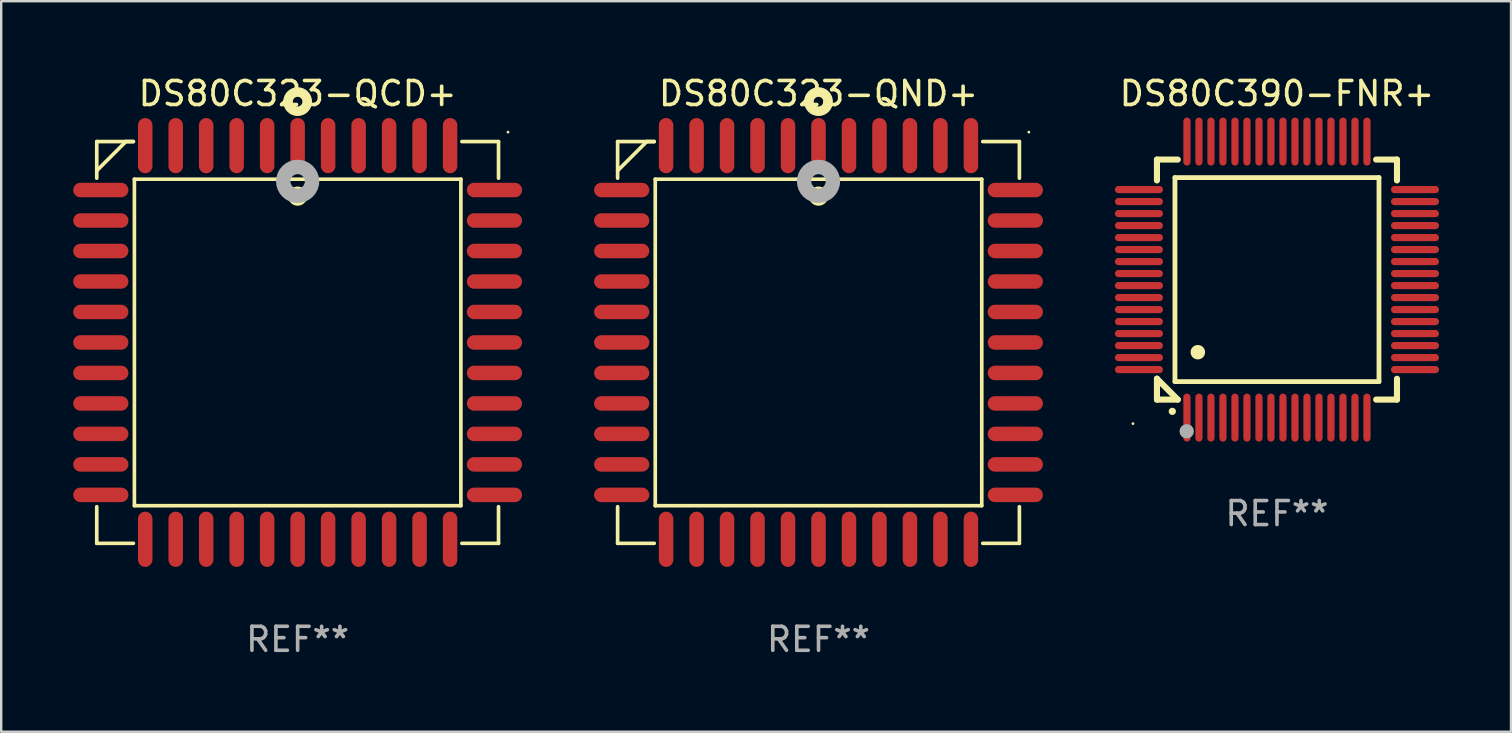
<source format=kicad_pcb>
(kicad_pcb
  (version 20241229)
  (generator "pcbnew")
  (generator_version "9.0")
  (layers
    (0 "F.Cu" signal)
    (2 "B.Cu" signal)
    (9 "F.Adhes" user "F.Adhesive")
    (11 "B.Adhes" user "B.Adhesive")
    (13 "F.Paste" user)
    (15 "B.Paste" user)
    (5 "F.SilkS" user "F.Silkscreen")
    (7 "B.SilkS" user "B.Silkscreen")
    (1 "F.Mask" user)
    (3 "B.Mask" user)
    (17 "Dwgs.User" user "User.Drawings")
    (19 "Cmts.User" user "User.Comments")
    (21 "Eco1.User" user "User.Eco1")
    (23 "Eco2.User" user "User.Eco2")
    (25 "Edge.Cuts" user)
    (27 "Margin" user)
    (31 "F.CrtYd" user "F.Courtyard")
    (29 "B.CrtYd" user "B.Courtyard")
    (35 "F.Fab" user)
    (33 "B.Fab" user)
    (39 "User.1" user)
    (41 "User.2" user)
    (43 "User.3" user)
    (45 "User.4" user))
  (footprint "DS80C390-FNR+"
    (layer "F.Cu")
    (at 50.15 8.598)
    (property "Reference" "DS80C390-FNR+" (at 0 -7.75 0) (layer "F.SilkS") (effects (font (size 1 1) (thickness 0.15))))
    (attr through_hole)
    (fp_line (start -5 -5) (end -4.131 -5) (stroke (width 0.254) (type solid)) (layer "F.SilkS"))
    (fp_line (start -5 -4.131) (end -5 -5) (stroke (width 0.254) (type solid)) (layer "F.SilkS"))
    (fp_line (start -5 4.131) (end -5 4.131) (stroke (width 0.254) (type solid)) (layer "F.SilkS"))
    (fp_line (start -5 5) (end -5 4.131) (stroke (width 0.254) (type solid)) (layer "F.SilkS"))
    (fp_line (start -5 4.131) (end -4.131 5) (stroke (width 0.254) (type solid)) (layer "F.SilkS"))
    (fp_line (start -4.25 -4.25) (end -4.25 4.25) (stroke (width 0.2) (type solid)) (layer "F.SilkS"))
    (fp_line (start -4.25 4.25) (end 4.25 4.25) (stroke (width 0.2) (type solid)) (layer "F.SilkS"))
    (fp_line (start -4.131 5) (end -5 5) (stroke (width 0.254) (type solid)) (layer "F.SilkS"))
    (fp_line (start 4.25 -4.25) (end -4.25 -4.25) (stroke (width 0.2) (type solid)) (layer "F.SilkS"))
    (fp_line (start 4.25 4.25) (end 4.25 -4.25) (stroke (width 0.2) (type solid)) (layer "F.SilkS"))
    (fp_line (start 5 -5) (end 4.131 -5) (stroke (width 0.254) (type solid)) (layer "F.SilkS"))
    (fp_line (start 5 -5) (end 5 -4.131) (stroke (width 0.254) (type solid)) (layer "F.SilkS"))
    (fp_line (start 5 4.131) (end 5 5) (stroke (width 0.254) (type solid)) (layer "F.SilkS"))
    (fp_line (start 5 5) (end 4.131 5) (stroke (width 0.254) (type solid)) (layer "F.SilkS"))
    (fp_arc (start -4.361265 5.489992) (mid -4.359995 5.489987) (end -4.358725 5.489992) (stroke (width 0.3) (type solid)) (layer "F.SilkS"))
    (fp_arc (start -3.299467 3.025146) (mid -3.296927 3.025135) (end -3.294387 3.025146) (stroke (width 0.6) (type solid)) (layer "F.SilkS"))
    (fp_circle (center -6 6) (end -5.97 6) (stroke (width 0.06) (type solid)) (fill no) (layer "F.SilkS"))
    (fp_circle (center -3.76 6.32) (end -3.61 6.32) (stroke (width 0.3) (type solid)) (fill no) (layer "F.Fab"))
    (fp_text user "REF**" (at 0 9.75 0) (layer "F.Fab") (effects (font (size 1 1) (thickness 0.15))))
    (pad "1" smd oval (at -3.75 5.75) (size 0.3 2) (layers "F.Cu" "F.Mask" "F.Paste"))
    (pad "2" smd oval (at -3.25 5.75) (size 0.3 2) (layers "F.Cu" "F.Mask" "F.Paste"))
    (pad "3" smd oval (at -2.75 5.75) (size 0.3 2) (layers "F.Cu" "F.Mask" "F.Paste"))
    (pad "4" smd oval (at -2.25 5.75) (size 0.3 2) (layers "F.Cu" "F.Mask" "F.Paste"))
    (pad "5" smd oval (at -1.75 5.75) (size 0.3 2) (layers "F.Cu" "F.Mask" "F.Paste"))
    (pad "6" smd oval (at -1.25 5.75) (size 0.3 2) (layers "F.Cu" "F.Mask" "F.Paste"))
    (pad "7" smd oval (at -0.75 5.75) (size 0.3 2) (layers "F.Cu" "F.Mask" "F.Paste"))
    (pad "8" smd oval (at -0.25 5.75) (size 0.3 2) (layers "F.Cu" "F.Mask" "F.Paste"))
    (pad "9" smd oval (at 0.25 5.75) (size 0.3 2) (layers "F.Cu" "F.Mask" "F.Paste"))
    (pad "10" smd oval (at 0.75 5.75) (size 0.3 2) (layers "F.Cu" "F.Mask" "F.Paste"))
    (pad "11" smd oval (at 1.25 5.75) (size 0.3 2) (layers "F.Cu" "F.Mask" "F.Paste"))
    (pad "12" smd oval (at 1.75 5.75) (size 0.3 2) (layers "F.Cu" "F.Mask" "F.Paste"))
    (pad "13" smd oval (at 2.25 5.75) (size 0.3 2) (layers "F.Cu" "F.Mask" "F.Paste"))
    (pad "14" smd oval (at 2.75 5.75) (size 0.3 2) (layers "F.Cu" "F.Mask" "F.Paste"))
    (pad "15" smd oval (at 3.25 5.75) (size 0.3 2) (layers "F.Cu" "F.Mask" "F.Paste"))
    (pad "16" smd oval (at 3.75 5.75) (size 0.3 2) (layers "F.Cu" "F.Mask" "F.Paste"))
    (pad "17" smd oval (at 5.75 3.75) (size 2 0.3) (layers "F.Cu" "F.Mask" "F.Paste"))
    (pad "18" smd oval (at 5.75 3.25) (size 2 0.3) (layers "F.Cu" "F.Mask" "F.Paste"))
    (pad "19" smd oval (at 5.75 2.75) (size 2 0.3) (layers "F.Cu" "F.Mask" "F.Paste"))
    (pad "20" smd oval (at 5.75 2.25) (size 2 0.3) (layers "F.Cu" "F.Mask" "F.Paste"))
    (pad "21" smd oval (at 5.75 1.75) (size 2 0.3) (layers "F.Cu" "F.Mask" "F.Paste"))
    (pad "22" smd oval (at 5.75 1.25) (size 2 0.3) (layers "F.Cu" "F.Mask" "F.Paste"))
    (pad "23" smd oval (at 5.75 0.75) (size 2 0.3) (layers "F.Cu" "F.Mask" "F.Paste"))
    (pad "24" smd oval (at 5.75 0.25) (size 2 0.3) (layers "F.Cu" "F.Mask" "F.Paste"))
    (pad "25" smd oval (at 5.75 -0.25) (size 2 0.3) (layers "F.Cu" "F.Mask" "F.Paste"))
    (pad "26" smd oval (at 5.75 -0.75) (size 2 0.3) (layers "F.Cu" "F.Mask" "F.Paste"))
    (pad "27" smd oval (at 5.75 -1.25) (size 2 0.3) (layers "F.Cu" "F.Mask" "F.Paste"))
    (pad "28" smd oval (at 5.75 -1.75) (size 2 0.3) (layers "F.Cu" "F.Mask" "F.Paste"))
    (pad "29" smd oval (at 5.75 -2.25) (size 2 0.3) (layers "F.Cu" "F.Mask" "F.Paste"))
    (pad "30" smd oval (at 5.75 -2.75) (size 2 0.3) (layers "F.Cu" "F.Mask" "F.Paste"))
    (pad "31" smd oval (at 5.75 -3.25) (size 2 0.3) (layers "F.Cu" "F.Mask" "F.Paste"))
    (pad "32" smd oval (at 5.75 -3.75) (size 2 0.3) (layers "F.Cu" "F.Mask" "F.Paste"))
    (pad "33" smd oval (at 3.75 -5.75) (size 0.3 2) (layers "F.Cu" "F.Mask" "F.Paste"))
    (pad "34" smd oval (at 3.25 -5.75) (size 0.3 2) (layers "F.Cu" "F.Mask" "F.Paste"))
    (pad "35" smd oval (at 2.75 -5.75) (size 0.3 2) (layers "F.Cu" "F.Mask" "F.Paste"))
    (pad "36" smd oval (at 2.25 -5.75) (size 0.3 2) (layers "F.Cu" "F.Mask" "F.Paste"))
    (pad "37" smd oval (at 1.75 -5.75) (size 0.3 2) (layers "F.Cu" "F.Mask" "F.Paste"))
    (pad "38" smd oval (at 1.25 -5.75) (size 0.3 2) (layers "F.Cu" "F.Mask" "F.Paste"))
    (pad "39" smd oval (at 0.75 -5.75) (size 0.3 2) (layers "F.Cu" "F.Mask" "F.Paste"))
    (pad "40" smd oval (at 0.25 -5.75) (size 0.3 2) (layers "F.Cu" "F.Mask" "F.Paste"))
    (pad "41" smd oval (at -0.25 -5.75) (size 0.3 2) (layers "F.Cu" "F.Mask" "F.Paste"))
    (pad "42" smd oval (at -0.75 -5.75) (size 0.3 2) (layers "F.Cu" "F.Mask" "F.Paste"))
    (pad "43" smd oval (at -1.25 -5.75) (size 0.3 2) (layers "F.Cu" "F.Mask" "F.Paste"))
    (pad "44" smd oval (at -1.75 -5.75) (size 0.3 2) (layers "F.Cu" "F.Mask" "F.Paste"))
    (pad "45" smd oval (at -2.25 -5.75) (size 0.3 2) (layers "F.Cu" "F.Mask" "F.Paste"))
    (pad "46" smd oval (at -2.75 -5.75) (size 0.3 2) (layers "F.Cu" "F.Mask" "F.Paste"))
    (pad "47" smd oval (at -3.25 -5.75) (size 0.3 2) (layers "F.Cu" "F.Mask" "F.Paste"))
    (pad "48" smd oval (at -3.75 -5.75) (size 0.3 2) (layers "F.Cu" "F.Mask" "F.Paste"))
    (pad "49" smd oval (at -5.75 -3.75) (size 2 0.3) (layers "F.Cu" "F.Mask" "F.Paste"))
    (pad "50" smd oval (at -5.75 -3.25) (size 2 0.3) (layers "F.Cu" "F.Mask" "F.Paste"))
    (pad "51" smd oval (at -5.75 -2.75) (size 2 0.3) (layers "F.Cu" "F.Mask" "F.Paste"))
    (pad "52" smd oval (at -5.75 -2.25) (size 2 0.3) (layers "F.Cu" "F.Mask" "F.Paste"))
    (pad "53" smd oval (at -5.75 -1.75) (size 2 0.3) (layers "F.Cu" "F.Mask" "F.Paste"))
    (pad "54" smd oval (at -5.75 -1.25) (size 2 0.3) (layers "F.Cu" "F.Mask" "F.Paste"))
    (pad "55" smd oval (at -5.75 -0.75) (size 2 0.3) (layers "F.Cu" "F.Mask" "F.Paste"))
    (pad "56" smd oval (at -5.75 -0.25) (size 2 0.3) (layers "F.Cu" "F.Mask" "F.Paste"))
    (pad "57" smd oval (at -5.75 0.25) (size 2 0.3) (layers "F.Cu" "F.Mask" "F.Paste"))
    (pad "58" smd oval (at -5.75 0.75) (size 2 0.3) (layers "F.Cu" "F.Mask" "F.Paste"))
    (pad "59" smd oval (at -5.75 1.25) (size 2 0.3) (layers "F.Cu" "F.Mask" "F.Paste"))
    (pad "60" smd oval (at -5.75 1.75) (size 2 0.3) (layers "F.Cu" "F.Mask" "F.Paste"))
    (pad "61" smd oval (at -5.75 2.25) (size 2 0.3) (layers "F.Cu" "F.Mask" "F.Paste"))
    (pad "62" smd oval (at -5.75 2.75) (size 2 0.3) (layers "F.Cu" "F.Mask" "F.Paste"))
    (pad "63" smd oval (at -5.75 3.25) (size 2 0.3) (layers "F.Cu" "F.Mask" "F.Paste"))
    (pad "64" smd oval (at -5.75 3.75) (size 2 0.3) (layers "F.Cu" "F.Mask" "F.Paste")))
  (footprint "DS80C323-QND+"
    (layer "F.Cu")
    (at 31.05 11.217)
    (property "Reference" "DS80C323-QND+" (at 0 -10.369 0) (layer "F.SilkS") (effects (font (size 1 1) (thickness 0.15))))
    (attr through_hole)
    (fp_line (start -8.369 -8.369) (end -8.369 -6.843) (stroke (width 0.152) (type solid)) (layer "F.SilkS"))
    (fp_line (start -8.369 8.369) (end -8.369 6.843) (stroke (width 0.152) (type solid)) (layer "F.SilkS"))
    (fp_line (start -7.156 -8.369) (end -8.369 -7.156) (stroke (width 0.152) (type solid)) (layer "F.SilkS"))
    (fp_line (start -6.843 -8.369) (end -8.369 -8.369) (stroke (width 0.152) (type solid)) (layer "F.SilkS"))
    (fp_line (start -6.843 -8.369) (end -7.156 -8.369) (stroke (width 0.152) (type solid)) (layer "F.SilkS"))
    (fp_line (start -6.843 8.369) (end -8.369 8.369) (stroke (width 0.152) (type solid)) (layer "F.SilkS"))
    (fp_line (start -6.801 -6.801) (end 6.801 -6.801) (stroke (width 0.152) (type solid)) (layer "F.SilkS"))
    (fp_line (start -6.801 6.801) (end -6.801 -6.801) (stroke (width 0.152) (type solid)) (layer "F.SilkS"))
    (fp_line (start 6.801 -6.801) (end 6.801 6.801) (stroke (width 0.152) (type solid)) (layer "F.SilkS"))
    (fp_line (start 6.801 6.801) (end -6.801 6.801) (stroke (width 0.152) (type solid)) (layer "F.SilkS"))
    (fp_line (start 6.843 -8.369) (end 8.369 -8.369) (stroke (width 0.152) (type solid)) (layer "F.SilkS"))
    (fp_line (start 6.843 8.369) (end 8.369 8.369) (stroke (width 0.152) (type solid)) (layer "F.SilkS"))
    (fp_line (start 8.369 -8.369) (end 8.369 -6.843) (stroke (width 0.152) (type solid)) (layer "F.SilkS"))
    (fp_line (start 8.369 8.369) (end 8.369 6.843) (stroke (width 0.152) (type solid)) (layer "F.SilkS"))
    (fp_circle (center -0.000013 -6.096) (end 0.2 -6.096) (stroke (width 0.4) (type solid)) (fill no) (layer "F.SilkS"))
    (fp_circle (center 0.000114 -10.033) (end 0.2 -10.033) (stroke (width 0.4) (type solid)) (fill no) (layer "F.SilkS"))
    (fp_circle (center 8.763 -8.763) (end 8.793 -8.763) (stroke (width 0.06) (type solid)) (fill no) (layer "F.SilkS"))
    (fp_circle (center 0.000114 -6.712) (end 0.3 -6.712) (stroke (width 0.6) (type solid)) (fill no) (layer "F.Fab"))
    (fp_text user "REF**" (at 0 12.369 0) (layer "F.Fab") (effects (font (size 1 1) (thickness 0.15))))
    (pad "1" smd oval (at 0.000114 -8.2) (size 0.604 2.3) (layers "F.Cu" "F.Mask" "F.Paste"))
    (pad "2" smd oval (at -1.27 -8.2) (size 0.604 2.3) (layers "F.Cu" "F.Mask" "F.Paste"))
    (pad "3" smd oval (at -2.54 -8.2) (size 0.604 2.3) (layers "F.Cu" "F.Mask" "F.Paste"))
    (pad "4" smd oval (at -3.81 -8.2) (size 0.604 2.3) (layers "F.Cu" "F.Mask" "F.Paste"))
    (pad "5" smd oval (at -5.08 -8.2) (size 0.604 2.3) (layers "F.Cu" "F.Mask" "F.Paste"))
    (pad "6" smd oval (at -6.35 -8.2) (size 0.604 2.3) (layers "F.Cu" "F.Mask" "F.Paste"))
    (pad "7" smd oval (at -8.2 -6.35) (size 2.3 0.604) (layers "F.Cu" "F.Mask" "F.Paste"))
    (pad "8" smd oval (at -8.2 -5.08) (size 2.3 0.604) (layers "F.Cu" "F.Mask" "F.Paste"))
    (pad "9" smd oval (at -8.2 -3.81) (size 2.3 0.604) (layers "F.Cu" "F.Mask" "F.Paste"))
    (pad "10" smd oval (at -8.2 -2.54) (size 2.3 0.604) (layers "F.Cu" "F.Mask" "F.Paste"))
    (pad "11" smd oval (at -8.2 -1.27) (size 2.3 0.604) (layers "F.Cu" "F.Mask" "F.Paste"))
    (pad "12" smd oval (at -8.2 0.000127) (size 2.3 0.604) (layers "F.Cu" "F.Mask" "F.Paste"))
    (pad "13" smd oval (at -8.2 1.27) (size 2.3 0.604) (layers "F.Cu" "F.Mask" "F.Paste"))
    (pad "14" smd oval (at -8.2 2.54) (size 2.3 0.604) (layers "F.Cu" "F.Mask" "F.Paste"))
    (pad "15" smd oval (at -8.2 3.81) (size 2.3 0.604) (layers "F.Cu" "F.Mask" "F.Paste"))
    (pad "16" smd oval (at -8.2 5.08) (size 2.3 0.604) (layers "F.Cu" "F.Mask" "F.Paste"))
    (pad "17" smd oval (at -8.2 6.35) (size 2.3 0.604) (layers "F.Cu" "F.Mask" "F.Paste"))
    (pad "18" smd oval (at -6.35 8.2) (size 0.604 2.3) (layers "F.Cu" "F.Mask" "F.Paste"))
    (pad "19" smd oval (at -5.08 8.2) (size 0.604 2.3) (layers "F.Cu" "F.Mask" "F.Paste"))
    (pad "20" smd oval (at -3.81 8.2) (size 0.604 2.3) (layers "F.Cu" "F.Mask" "F.Paste"))
    (pad "21" smd oval (at -2.54 8.2) (size 0.604 2.3) (layers "F.Cu" "F.Mask" "F.Paste"))
    (pad "22" smd oval (at -1.27 8.2) (size 0.604 2.3) (layers "F.Cu" "F.Mask" "F.Paste"))
    (pad "23" smd oval (at 0.000114 8.2) (size 0.604 2.3) (layers "F.Cu" "F.Mask" "F.Paste"))
    (pad "24" smd oval (at 1.27 8.2) (size 0.604 2.3) (layers "F.Cu" "F.Mask" "F.Paste"))
    (pad "25" smd oval (at 2.54 8.2) (size 0.604 2.3) (layers "F.Cu" "F.Mask" "F.Paste"))
    (pad "26" smd oval (at 3.81 8.2) (size 0.604 2.3) (layers "F.Cu" "F.Mask" "F.Paste"))
    (pad "27" smd oval (at 5.08 8.2) (size 0.604 2.3) (layers "F.Cu" "F.Mask" "F.Paste"))
    (pad "28" smd oval (at 6.35 8.2) (size 0.604 2.3) (layers "F.Cu" "F.Mask" "F.Paste"))
    (pad "29" smd oval (at 8.2 6.35) (size 2.3 0.604) (layers "F.Cu" "F.Mask" "F.Paste"))
    (pad "30" smd oval (at 8.2 5.08) (size 2.3 0.604) (layers "F.Cu" "F.Mask" "F.Paste"))
    (pad "31" smd oval (at 8.2 3.81) (size 2.3 0.604) (layers "F.Cu" "F.Mask" "F.Paste"))
    (pad "32" smd oval (at 8.2 2.54) (size 2.3 0.604) (layers "F.Cu" "F.Mask" "F.Paste"))
    (pad "33" smd oval (at 8.2 1.27) (size 2.3 0.604) (layers "F.Cu" "F.Mask" "F.Paste"))
    (pad "34" smd oval (at 8.2 0.000127) (size 2.3 0.604) (layers "F.Cu" "F.Mask" "F.Paste"))
    (pad "35" smd oval (at 8.2 -1.27) (size 2.3 0.604) (layers "F.Cu" "F.Mask" "F.Paste"))
    (pad "36" smd oval (at 8.2 -2.54) (size 2.3 0.604) (layers "F.Cu" "F.Mask" "F.Paste"))
    (pad "37" smd oval (at 8.2 -3.81) (size 2.3 0.604) (layers "F.Cu" "F.Mask" "F.Paste"))
    (pad "38" smd oval (at 8.2 -5.08) (size 2.3 0.604) (layers "F.Cu" "F.Mask" "F.Paste"))
    (pad "39" smd oval (at 8.2 -6.35) (size 2.3 0.604) (layers "F.Cu" "F.Mask" "F.Paste"))
    (pad "40" smd oval (at 6.35 -8.2) (size 0.604 2.3) (layers "F.Cu" "F.Mask" "F.Paste"))
    (pad "41" smd oval (at 5.08 -8.2) (size 0.604 2.3) (layers "F.Cu" "F.Mask" "F.Paste"))
    (pad "42" smd oval (at 3.81 -8.2) (size 0.604 2.3) (layers "F.Cu" "F.Mask" "F.Paste"))
    (pad "43" smd oval (at 2.54 -8.2) (size 0.604 2.3) (layers "F.Cu" "F.Mask" "F.Paste"))
    (pad "44" smd oval (at 1.27 -8.2) (size 0.604 2.3) (layers "F.Cu" "F.Mask" "F.Paste")))
  (footprint "DS80C323-QCD+"
    (layer "F.Cu")
    (at 9.35 11.217)
    (property "Reference" "DS80C323-QCD+" (at 0 -10.369 0) (layer "F.SilkS") (effects (font (size 1 1) (thickness 0.15))))
    (attr through_hole)
    (fp_line (start -8.369 -8.369) (end -8.369 -6.843) (stroke (width 0.152) (type solid)) (layer "F.SilkS"))
    (fp_line (start -8.369 8.369) (end -8.369 6.843) (stroke (width 0.152) (type solid)) (layer "F.SilkS"))
    (fp_line (start -7.156 -8.369) (end -8.369 -7.156) (stroke (width 0.152) (type solid)) (layer "F.SilkS"))
    (fp_line (start -6.843 -8.369) (end -8.369 -8.369) (stroke (width 0.152) (type solid)) (layer "F.SilkS"))
    (fp_line (start -6.843 -8.369) (end -7.156 -8.369) (stroke (width 0.152) (type solid)) (layer "F.SilkS"))
    (fp_line (start -6.843 8.369) (end -8.369 8.369) (stroke (width 0.152) (type solid)) (layer "F.SilkS"))
    (fp_line (start -6.801 -6.801) (end 6.801 -6.801) (stroke (width 0.152) (type solid)) (layer "F.SilkS"))
    (fp_line (start -6.801 6.801) (end -6.801 -6.801) (stroke (width 0.152) (type solid)) (layer "F.SilkS"))
    (fp_line (start 6.801 -6.801) (end 6.801 6.801) (stroke (width 0.152) (type solid)) (layer "F.SilkS"))
    (fp_line (start 6.801 6.801) (end -6.801 6.801) (stroke (width 0.152) (type solid)) (layer "F.SilkS"))
    (fp_line (start 6.843 -8.369) (end 8.369 -8.369) (stroke (width 0.152) (type solid)) (layer "F.SilkS"))
    (fp_line (start 6.843 8.369) (end 8.369 8.369) (stroke (width 0.152) (type solid)) (layer "F.SilkS"))
    (fp_line (start 8.369 -8.369) (end 8.369 -6.843) (stroke (width 0.152) (type solid)) (layer "F.SilkS"))
    (fp_line (start 8.369 8.369) (end 8.369 6.843) (stroke (width 0.152) (type solid)) (layer "F.SilkS"))
    (fp_circle (center -0.000013 -6.096) (end 0.2 -6.096) (stroke (width 0.4) (type solid)) (fill no) (layer "F.SilkS"))
    (fp_circle (center 0.000114 -10.033) (end 0.2 -10.033) (stroke (width 0.4) (type solid)) (fill no) (layer "F.SilkS"))
    (fp_circle (center 8.763 -8.763) (end 8.793 -8.763) (stroke (width 0.06) (type solid)) (fill no) (layer "F.SilkS"))
    (fp_circle (center 0.000114 -6.712) (end 0.3 -6.712) (stroke (width 0.6) (type solid)) (fill no) (layer "F.Fab"))
    (fp_text user "REF**" (at 0 12.369 0) (layer "F.Fab") (effects (font (size 1 1) (thickness 0.15))))
    (pad "1" smd oval (at 0.000114 -8.2) (size 0.604 2.3) (layers "F.Cu" "F.Mask" "F.Paste"))
    (pad "2" smd oval (at -1.27 -8.2) (size 0.604 2.3) (layers "F.Cu" "F.Mask" "F.Paste"))
    (pad "3" smd oval (at -2.54 -8.2) (size 0.604 2.3) (layers "F.Cu" "F.Mask" "F.Paste"))
    (pad "4" smd oval (at -3.81 -8.2) (size 0.604 2.3) (layers "F.Cu" "F.Mask" "F.Paste"))
    (pad "5" smd oval (at -5.08 -8.2) (size 0.604 2.3) (layers "F.Cu" "F.Mask" "F.Paste"))
    (pad "6" smd oval (at -6.35 -8.2) (size 0.604 2.3) (layers "F.Cu" "F.Mask" "F.Paste"))
    (pad "7" smd oval (at -8.2 -6.35) (size 2.3 0.604) (layers "F.Cu" "F.Mask" "F.Paste"))
    (pad "8" smd oval (at -8.2 -5.08) (size 2.3 0.604) (layers "F.Cu" "F.Mask" "F.Paste"))
    (pad "9" smd oval (at -8.2 -3.81) (size 2.3 0.604) (layers "F.Cu" "F.Mask" "F.Paste"))
    (pad "10" smd oval (at -8.2 -2.54) (size 2.3 0.604) (layers "F.Cu" "F.Mask" "F.Paste"))
    (pad "11" smd oval (at -8.2 -1.27) (size 2.3 0.604) (layers "F.Cu" "F.Mask" "F.Paste"))
    (pad "12" smd oval (at -8.2 0.000127) (size 2.3 0.604) (layers "F.Cu" "F.Mask" "F.Paste"))
    (pad "13" smd oval (at -8.2 1.27) (size 2.3 0.604) (layers "F.Cu" "F.Mask" "F.Paste"))
    (pad "14" smd oval (at -8.2 2.54) (size 2.3 0.604) (layers "F.Cu" "F.Mask" "F.Paste"))
    (pad "15" smd oval (at -8.2 3.81) (size 2.3 0.604) (layers "F.Cu" "F.Mask" "F.Paste"))
    (pad "16" smd oval (at -8.2 5.08) (size 2.3 0.604) (layers "F.Cu" "F.Mask" "F.Paste"))
    (pad "17" smd oval (at -8.2 6.35) (size 2.3 0.604) (layers "F.Cu" "F.Mask" "F.Paste"))
    (pad "18" smd oval (at -6.35 8.2) (size 0.604 2.3) (layers "F.Cu" "F.Mask" "F.Paste"))
    (pad "19" smd oval (at -5.08 8.2) (size 0.604 2.3) (layers "F.Cu" "F.Mask" "F.Paste"))
    (pad "20" smd oval (at -3.81 8.2) (size 0.604 2.3) (layers "F.Cu" "F.Mask" "F.Paste"))
    (pad "21" smd oval (at -2.54 8.2) (size 0.604 2.3) (layers "F.Cu" "F.Mask" "F.Paste"))
    (pad "22" smd oval (at -1.27 8.2) (size 0.604 2.3) (layers "F.Cu" "F.Mask" "F.Paste"))
    (pad "23" smd oval (at 0.000114 8.2) (size 0.604 2.3) (layers "F.Cu" "F.Mask" "F.Paste"))
    (pad "24" smd oval (at 1.27 8.2) (size 0.604 2.3) (layers "F.Cu" "F.Mask" "F.Paste"))
    (pad "25" smd oval (at 2.54 8.2) (size 0.604 2.3) (layers "F.Cu" "F.Mask" "F.Paste"))
    (pad "26" smd oval (at 3.81 8.2) (size 0.604 2.3) (layers "F.Cu" "F.Mask" "F.Paste"))
    (pad "27" smd oval (at 5.08 8.2) (size 0.604 2.3) (layers "F.Cu" "F.Mask" "F.Paste"))
    (pad "28" smd oval (at 6.35 8.2) (size 0.604 2.3) (layers "F.Cu" "F.Mask" "F.Paste"))
    (pad "29" smd oval (at 8.2 6.35) (size 2.3 0.604) (layers "F.Cu" "F.Mask" "F.Paste"))
    (pad "30" smd oval (at 8.2 5.08) (size 2.3 0.604) (layers "F.Cu" "F.Mask" "F.Paste"))
    (pad "31" smd oval (at 8.2 3.81) (size 2.3 0.604) (layers "F.Cu" "F.Mask" "F.Paste"))
    (pad "32" smd oval (at 8.2 2.54) (size 2.3 0.604) (layers "F.Cu" "F.Mask" "F.Paste"))
    (pad "33" smd oval (at 8.2 1.27) (size 2.3 0.604) (layers "F.Cu" "F.Mask" "F.Paste"))
    (pad "34" smd oval (at 8.2 0.000127) (size 2.3 0.604) (layers "F.Cu" "F.Mask" "F.Paste"))
    (pad "35" smd oval (at 8.2 -1.27) (size 2.3 0.604) (layers "F.Cu" "F.Mask" "F.Paste"))
    (pad "36" smd oval (at 8.2 -2.54) (size 2.3 0.604) (layers "F.Cu" "F.Mask" "F.Paste"))
    (pad "37" smd oval (at 8.2 -3.81) (size 2.3 0.604) (layers "F.Cu" "F.Mask" "F.Paste"))
    (pad "38" smd oval (at 8.2 -5.08) (size 2.3 0.604) (layers "F.Cu" "F.Mask" "F.Paste"))
    (pad "39" smd oval (at 8.2 -6.35) (size 2.3 0.604) (layers "F.Cu" "F.Mask" "F.Paste"))
    (pad "40" smd oval (at 6.35 -8.2) (size 0.604 2.3) (layers "F.Cu" "F.Mask" "F.Paste"))
    (pad "41" smd oval (at 5.08 -8.2) (size 0.604 2.3) (layers "F.Cu" "F.Mask" "F.Paste"))
    (pad "42" smd oval (at 3.81 -8.2) (size 0.604 2.3) (layers "F.Cu" "F.Mask" "F.Paste"))
    (pad "43" smd oval (at 2.54 -8.2) (size 0.604 2.3) (layers "F.Cu" "F.Mask" "F.Paste"))
    (pad "44" smd oval (at 1.27 -8.2) (size 0.604 2.3) (layers "F.Cu" "F.Mask" "F.Paste")))
  (gr_rect
    (start -3 -3)
    (end 59.9 27.435)
    (stroke (width 0.1) (type default))
    (fill no)
    (layer "Edge.Cuts")))
</source>
